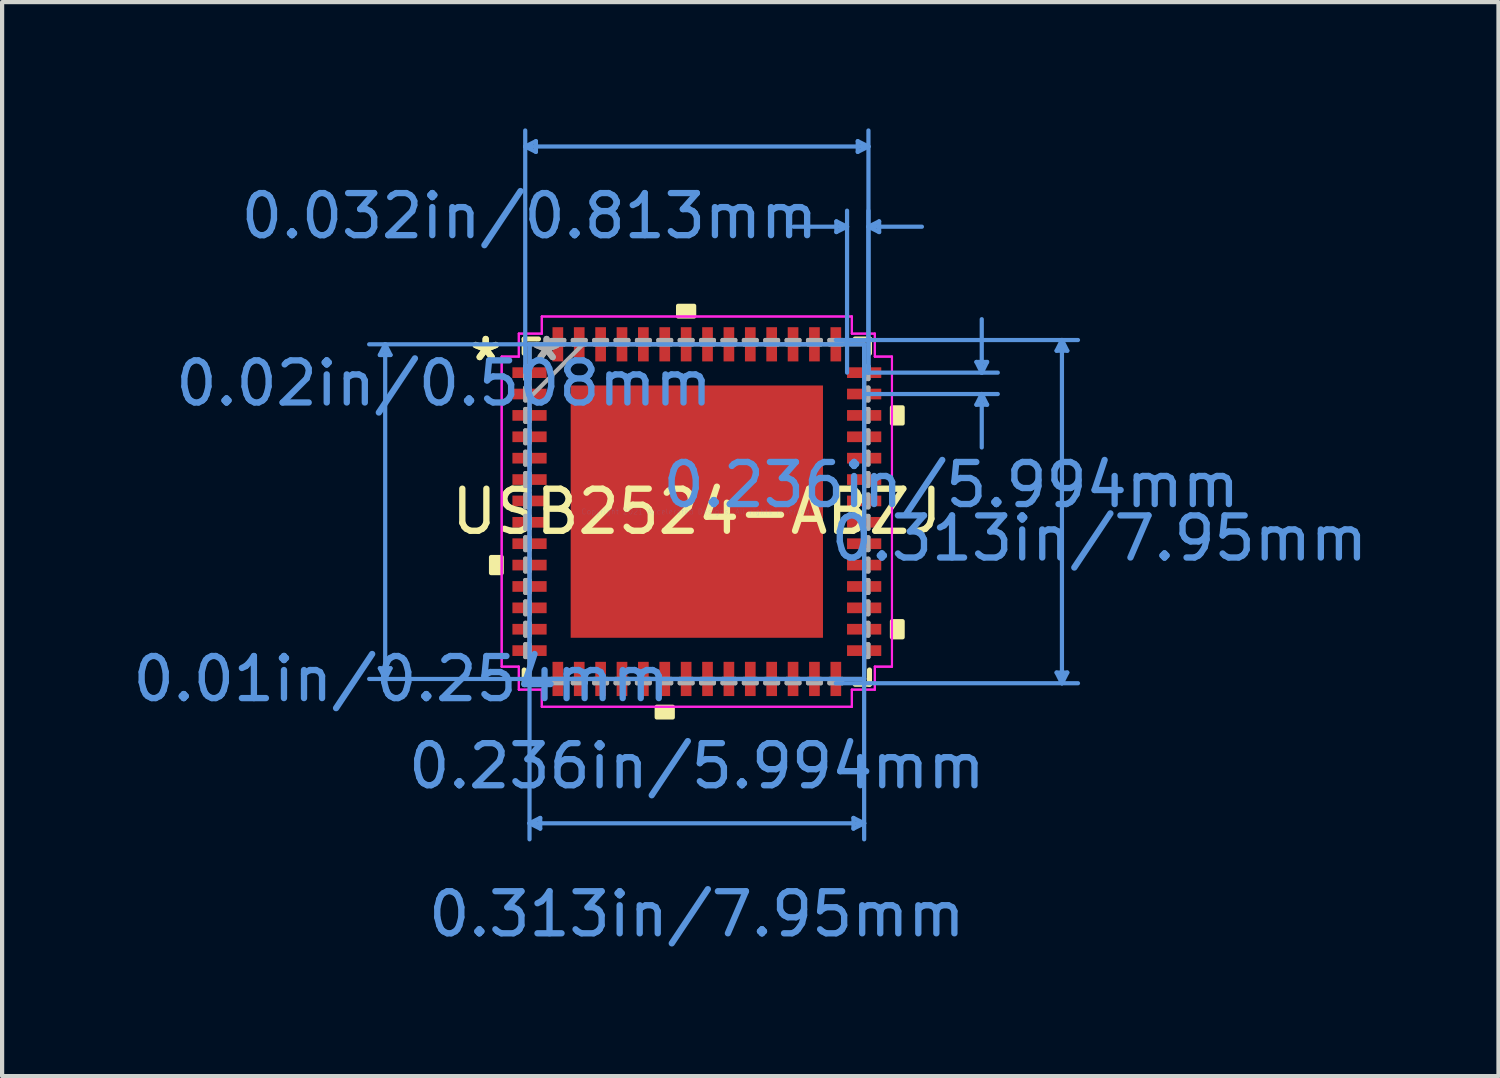
<source format=kicad_pcb>
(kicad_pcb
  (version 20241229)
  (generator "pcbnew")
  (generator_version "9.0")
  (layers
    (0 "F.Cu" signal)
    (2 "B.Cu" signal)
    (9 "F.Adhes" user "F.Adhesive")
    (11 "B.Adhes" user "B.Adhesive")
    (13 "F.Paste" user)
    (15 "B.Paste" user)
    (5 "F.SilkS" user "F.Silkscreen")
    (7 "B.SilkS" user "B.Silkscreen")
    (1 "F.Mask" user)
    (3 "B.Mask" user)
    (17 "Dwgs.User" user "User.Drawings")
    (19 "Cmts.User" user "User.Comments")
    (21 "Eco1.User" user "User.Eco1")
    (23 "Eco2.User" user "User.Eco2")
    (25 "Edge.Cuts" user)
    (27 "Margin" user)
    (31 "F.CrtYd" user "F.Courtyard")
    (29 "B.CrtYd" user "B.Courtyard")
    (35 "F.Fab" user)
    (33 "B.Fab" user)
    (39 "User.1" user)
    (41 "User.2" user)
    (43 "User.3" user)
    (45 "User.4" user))
  (footprint "USB2524-ABZJ"
    (layer "F.Cu")
    (at 13.505 9.105)
    (property "Reference" "USB2524-ABZJ" (at 0 0 0) (layer "F.SilkS") (effects (font (size 1 1) (thickness 0.15))))
    (attr through_hole)
    (fp_line (start -4.102 -4.102) (end -4.102 -3.762) (stroke (width 0.12) (type solid)) (layer "F.SilkS"))
    (fp_line (start -4.102 3.762) (end -4.102 4.102) (stroke (width 0.12) (type solid)) (layer "F.SilkS"))
    (fp_line (start -4.102 4.102) (end -3.762 4.102) (stroke (width 0.12) (type solid)) (layer "F.SilkS"))
    (fp_line (start -3.762 -4.102) (end -4.102 -4.102) (stroke (width 0.12) (type solid)) (layer "F.SilkS"))
    (fp_line (start 3.762 4.102) (end 4.102 4.102) (stroke (width 0.12) (type solid)) (layer "F.SilkS"))
    (fp_line (start 4.102 -4.102) (end 3.762 -4.102) (stroke (width 0.12) (type solid)) (layer "F.SilkS"))
    (fp_line (start 4.102 -3.762) (end 4.102 -4.102) (stroke (width 0.12) (type solid)) (layer "F.SilkS"))
    (fp_line (start 4.102 4.102) (end 4.102 3.762) (stroke (width 0.12) (type solid)) (layer "F.SilkS"))
    (fp_poly (pts (xy -4.889 1.079) (xy -4.889 1.46) (xy -4.636 1.46) (xy -4.636 1.079)) (stroke (width 0.1) (type solid)) (fill yes) (layer "F.SilkS"))
    (fp_poly (pts (xy -0.953 4.636) (xy -0.953 4.889) (xy -0.572 4.889) (xy -0.572 4.636)) (stroke (width 0.1) (type solid)) (fill yes) (layer "F.SilkS"))
    (fp_poly (pts (xy -0.445 -4.636) (xy -0.445 -4.889) (xy -0.064 -4.889) (xy -0.064 -4.636)) (stroke (width 0.1) (type solid)) (fill yes) (layer "F.SilkS"))
    (fp_poly (pts (xy 4.889 -2.477) (xy 4.889 -2.095) (xy 4.636 -2.095) (xy 4.636 -2.477)) (stroke (width 0.1) (type solid)) (fill yes) (layer "F.SilkS"))
    (fp_poly (pts (xy 4.889 2.603) (xy 4.889 2.985) (xy 4.636 2.985) (xy 4.636 2.603)) (stroke (width 0.1) (type solid)) (fill yes) (layer "F.SilkS"))
    (fp_poly (pts (xy -2.897 -2.897) (xy -2.897 -1.599) (xy -1.599 -1.599) (xy -1.599 -2.897)) (stroke (width 0.1) (type solid)) (fill yes) (layer "F.Paste"))
    (fp_poly (pts (xy -2.897 -1.399) (xy -2.897 -0.1) (xy -1.599 -0.1) (xy -1.599 -1.399)) (stroke (width 0.1) (type solid)) (fill yes) (layer "F.Paste"))
    (fp_poly (pts (xy -2.897 0.1) (xy -2.897 1.399) (xy -1.599 1.399) (xy -1.599 0.1)) (stroke (width 0.1) (type solid)) (fill yes) (layer "F.Paste"))
    (fp_poly (pts (xy -2.897 1.599) (xy -2.897 2.897) (xy -1.599 2.897) (xy -1.599 1.599)) (stroke (width 0.1) (type solid)) (fill yes) (layer "F.Paste"))
    (fp_poly (pts (xy -1.399 -2.897) (xy -1.399 -1.599) (xy -0.1 -1.599) (xy -0.1 -2.897)) (stroke (width 0.1) (type solid)) (fill yes) (layer "F.Paste"))
    (fp_poly (pts (xy -1.399 -1.399) (xy -1.399 -0.1) (xy -0.1 -0.1) (xy -0.1 -1.399)) (stroke (width 0.1) (type solid)) (fill yes) (layer "F.Paste"))
    (fp_poly (pts (xy -1.399 0.1) (xy -1.399 1.399) (xy -0.1 1.399) (xy -0.1 0.1)) (stroke (width 0.1) (type solid)) (fill yes) (layer "F.Paste"))
    (fp_poly (pts (xy -1.399 1.599) (xy -1.399 2.897) (xy -0.1 2.897) (xy -0.1 1.599)) (stroke (width 0.1) (type solid)) (fill yes) (layer "F.Paste"))
    (fp_poly (pts (xy 0.1 -2.897) (xy 0.1 -1.599) (xy 1.399 -1.599) (xy 1.399 -2.897)) (stroke (width 0.1) (type solid)) (fill yes) (layer "F.Paste"))
    (fp_poly (pts (xy 0.1 -1.399) (xy 0.1 -0.1) (xy 1.399 -0.1) (xy 1.399 -1.399)) (stroke (width 0.1) (type solid)) (fill yes) (layer "F.Paste"))
    (fp_poly (pts (xy 0.1 0.1) (xy 0.1 1.399) (xy 1.399 1.399) (xy 1.399 0.1)) (stroke (width 0.1) (type solid)) (fill yes) (layer "F.Paste"))
    (fp_poly (pts (xy 0.1 1.599) (xy 0.1 2.897) (xy 1.399 2.897) (xy 1.399 1.599)) (stroke (width 0.1) (type solid)) (fill yes) (layer "F.Paste"))
    (fp_poly (pts (xy 1.599 -2.897) (xy 1.599 -1.599) (xy 2.897 -1.599) (xy 2.897 -2.897)) (stroke (width 0.1) (type solid)) (fill yes) (layer "F.Paste"))
    (fp_poly (pts (xy 1.599 -1.399) (xy 1.599 -0.1) (xy 2.897 -0.1) (xy 2.897 -1.399)) (stroke (width 0.1) (type solid)) (fill yes) (layer "F.Paste"))
    (fp_poly (pts (xy 1.599 0.1) (xy 1.599 1.399) (xy 2.897 1.399) (xy 2.897 0.1)) (stroke (width 0.1) (type solid)) (fill yes) (layer "F.Paste"))
    (fp_poly (pts (xy 1.599 1.599) (xy 1.599 2.897) (xy 2.897 2.897) (xy 2.897 1.599)) (stroke (width 0.1) (type solid)) (fill yes) (layer "F.Paste"))
    (fp_line (start -7.531 -3.721) (end -7.277 -3.721) (stroke (width 0.1) (type solid)) (layer "Cmts.User"))
    (fp_line (start -7.531 3.721) (end -7.277 3.721) (stroke (width 0.1) (type solid)) (layer "Cmts.User"))
    (fp_line (start -7.404 -3.975) (end -7.531 -3.721) (stroke (width 0.1) (type solid)) (layer "Cmts.User"))
    (fp_line (start -7.404 -3.975) (end -7.404 3.975) (stroke (width 0.1) (type solid)) (layer "Cmts.User"))
    (fp_line (start -7.404 -3.975) (end -7.277 -3.721) (stroke (width 0.1) (type solid)) (layer "Cmts.User"))
    (fp_line (start -7.404 3.975) (end -7.531 3.721) (stroke (width 0.1) (type solid)) (layer "Cmts.User"))
    (fp_line (start -7.404 3.975) (end -7.277 3.721) (stroke (width 0.1) (type solid)) (layer "Cmts.User"))
    (fp_line (start -4.077 -8.674) (end -3.823 -8.801) (stroke (width 0.1) (type solid)) (layer "Cmts.User"))
    (fp_line (start -4.077 -8.674) (end -3.823 -8.547) (stroke (width 0.1) (type solid)) (layer "Cmts.User"))
    (fp_line (start -4.077 -8.674) (end 4.077 -8.674) (stroke (width 0.1) (type solid)) (layer "Cmts.User"))
    (fp_line (start -4.077 -3.302) (end -4.077 -9.055) (stroke (width 0.1) (type solid)) (layer "Cmts.User"))
    (fp_line (start -3.975 -3.975) (end -3.975 7.785) (stroke (width 0.1) (type solid)) (layer "Cmts.User"))
    (fp_line (start -3.975 7.404) (end -3.721 7.277) (stroke (width 0.1) (type solid)) (layer "Cmts.User"))
    (fp_line (start -3.975 7.404) (end -3.721 7.531) (stroke (width 0.1) (type solid)) (layer "Cmts.User"))
    (fp_line (start -3.975 7.404) (end 3.975 7.404) (stroke (width 0.1) (type solid)) (layer "Cmts.User"))
    (fp_line (start -3.823 -8.801) (end -3.823 -8.547) (stroke (width 0.1) (type solid)) (layer "Cmts.User"))
    (fp_line (start -3.721 7.277) (end -3.721 7.531) (stroke (width 0.1) (type solid)) (layer "Cmts.User"))
    (fp_line (start 3.302 -4.077) (end 9.055 -4.077) (stroke (width 0.1) (type solid)) (layer "Cmts.User"))
    (fp_line (start 3.302 4.077) (end 9.055 4.077) (stroke (width 0.1) (type solid)) (layer "Cmts.User"))
    (fp_line (start 3.315 -6.896) (end 3.315 -6.642) (stroke (width 0.1) (type solid)) (layer "Cmts.User"))
    (fp_line (start 3.569 -6.769) (end 2.299 -6.769) (stroke (width 0.1) (type solid)) (layer "Cmts.User"))
    (fp_line (start 3.569 -6.769) (end 3.315 -6.896) (stroke (width 0.1) (type solid)) (layer "Cmts.User"))
    (fp_line (start 3.569 -6.769) (end 3.315 -6.642) (stroke (width 0.1) (type solid)) (layer "Cmts.User"))
    (fp_line (start 3.569 -3.302) (end 3.569 -7.15) (stroke (width 0.1) (type solid)) (layer "Cmts.User"))
    (fp_line (start 3.721 7.277) (end 3.721 7.531) (stroke (width 0.1) (type solid)) (layer "Cmts.User"))
    (fp_line (start 3.823 -8.801) (end 3.823 -8.547) (stroke (width 0.1) (type solid)) (layer "Cmts.User"))
    (fp_line (start 3.975 -3.975) (end -7.785 -3.975) (stroke (width 0.1) (type solid)) (layer "Cmts.User"))
    (fp_line (start 3.975 -3.975) (end 3.975 7.785) (stroke (width 0.1) (type solid)) (layer "Cmts.User"))
    (fp_line (start 3.975 -3.302) (end 7.15 -3.302) (stroke (width 0.1) (type solid)) (layer "Cmts.User"))
    (fp_line (start 3.975 -2.794) (end 7.15 -2.794) (stroke (width 0.1) (type solid)) (layer "Cmts.User"))
    (fp_line (start 3.975 3.975) (end -7.785 3.975) (stroke (width 0.1) (type solid)) (layer "Cmts.User"))
    (fp_line (start 3.975 7.404) (end 3.721 7.277) (stroke (width 0.1) (type solid)) (layer "Cmts.User"))
    (fp_line (start 3.975 7.404) (end 3.721 7.531) (stroke (width 0.1) (type solid)) (layer "Cmts.User"))
    (fp_line (start 4.077 -8.674) (end 3.823 -8.801) (stroke (width 0.1) (type solid)) (layer "Cmts.User"))
    (fp_line (start 4.077 -8.674) (end 3.823 -8.547) (stroke (width 0.1) (type solid)) (layer "Cmts.User"))
    (fp_line (start 4.077 -6.769) (end 4.331 -6.896) (stroke (width 0.1) (type solid)) (layer "Cmts.User"))
    (fp_line (start 4.077 -6.769) (end 4.331 -6.642) (stroke (width 0.1) (type solid)) (layer "Cmts.User"))
    (fp_line (start 4.077 -6.769) (end 5.347 -6.769) (stroke (width 0.1) (type solid)) (layer "Cmts.User"))
    (fp_line (start 4.077 -3.302) (end 4.077 -9.055) (stroke (width 0.1) (type solid)) (layer "Cmts.User"))
    (fp_line (start 4.077 -3.302) (end 4.077 -7.15) (stroke (width 0.1) (type solid)) (layer "Cmts.User"))
    (fp_line (start 4.331 -6.896) (end 4.331 -6.642) (stroke (width 0.1) (type solid)) (layer "Cmts.User"))
    (fp_line (start 6.642 -3.556) (end 6.896 -3.556) (stroke (width 0.1) (type solid)) (layer "Cmts.User"))
    (fp_line (start 6.642 -2.54) (end 6.896 -2.54) (stroke (width 0.1) (type solid)) (layer "Cmts.User"))
    (fp_line (start 6.769 -3.302) (end 6.642 -3.556) (stroke (width 0.1) (type solid)) (layer "Cmts.User"))
    (fp_line (start 6.769 -3.302) (end 6.769 -4.572) (stroke (width 0.1) (type solid)) (layer "Cmts.User"))
    (fp_line (start 6.769 -3.302) (end 6.896 -3.556) (stroke (width 0.1) (type solid)) (layer "Cmts.User"))
    (fp_line (start 6.769 -2.794) (end 6.642 -2.54) (stroke (width 0.1) (type solid)) (layer "Cmts.User"))
    (fp_line (start 6.769 -2.794) (end 6.769 -1.524) (stroke (width 0.1) (type solid)) (layer "Cmts.User"))
    (fp_line (start 6.769 -2.794) (end 6.896 -2.54) (stroke (width 0.1) (type solid)) (layer "Cmts.User"))
    (fp_line (start 8.547 -3.823) (end 8.801 -3.823) (stroke (width 0.1) (type solid)) (layer "Cmts.User"))
    (fp_line (start 8.547 3.823) (end 8.801 3.823) (stroke (width 0.1) (type solid)) (layer "Cmts.User"))
    (fp_line (start 8.674 -4.077) (end 8.547 -3.823) (stroke (width 0.1) (type solid)) (layer "Cmts.User"))
    (fp_line (start 8.674 -4.077) (end 8.674 4.077) (stroke (width 0.1) (type solid)) (layer "Cmts.User"))
    (fp_line (start 8.674 -4.077) (end 8.801 -3.823) (stroke (width 0.1) (type solid)) (layer "Cmts.User"))
    (fp_line (start 8.674 4.077) (end 8.547 3.823) (stroke (width 0.1) (type solid)) (layer "Cmts.User"))
    (fp_line (start 8.674 4.077) (end 8.801 3.823) (stroke (width 0.1) (type solid)) (layer "Cmts.User"))
    (fp_line (start -4.636 -3.683) (end -4.229 -3.683) (stroke (width 0.05) (type solid)) (layer "F.CrtYd"))
    (fp_line (start -4.636 -3.683) (end -4.229 -3.683) (stroke (width 0.05) (type solid)) (layer "F.CrtYd"))
    (fp_line (start -4.636 3.683) (end -4.636 -3.683) (stroke (width 0.05) (type solid)) (layer "F.CrtYd"))
    (fp_line (start -4.636 3.683) (end -4.636 -3.683) (stroke (width 0.05) (type solid)) (layer "F.CrtYd"))
    (fp_line (start -4.229 -4.229) (end -3.683 -4.229) (stroke (width 0.05) (type solid)) (layer "F.CrtYd"))
    (fp_line (start -4.229 -4.229) (end -3.683 -4.229) (stroke (width 0.05) (type solid)) (layer "F.CrtYd"))
    (fp_line (start -4.229 -3.683) (end -4.229 -4.229) (stroke (width 0.05) (type solid)) (layer "F.CrtYd"))
    (fp_line (start -4.229 -3.683) (end -4.229 -4.229) (stroke (width 0.05) (type solid)) (layer "F.CrtYd"))
    (fp_line (start -4.229 3.683) (end -4.636 3.683) (stroke (width 0.05) (type solid)) (layer "F.CrtYd"))
    (fp_line (start -4.229 3.683) (end -4.636 3.683) (stroke (width 0.05) (type solid)) (layer "F.CrtYd"))
    (fp_line (start -4.229 4.229) (end -4.229 3.683) (stroke (width 0.05) (type solid)) (layer "F.CrtYd"))
    (fp_line (start -4.229 4.229) (end -4.229 3.683) (stroke (width 0.05) (type solid)) (layer "F.CrtYd"))
    (fp_line (start -3.683 -4.636) (end 3.683 -4.636) (stroke (width 0.05) (type solid)) (layer "F.CrtYd"))
    (fp_line (start -3.683 -4.636) (end 3.683 -4.636) (stroke (width 0.05) (type solid)) (layer "F.CrtYd"))
    (fp_line (start -3.683 -4.229) (end -3.683 -4.636) (stroke (width 0.05) (type solid)) (layer "F.CrtYd"))
    (fp_line (start -3.683 -4.229) (end -3.683 -4.636) (stroke (width 0.05) (type solid)) (layer "F.CrtYd"))
    (fp_line (start -3.683 4.229) (end -4.229 4.229) (stroke (width 0.05) (type solid)) (layer "F.CrtYd"))
    (fp_line (start -3.683 4.229) (end -4.229 4.229) (stroke (width 0.05) (type solid)) (layer "F.CrtYd"))
    (fp_line (start -3.683 4.636) (end -3.683 4.229) (stroke (width 0.05) (type solid)) (layer "F.CrtYd"))
    (fp_line (start -3.683 4.636) (end -3.683 4.229) (stroke (width 0.05) (type solid)) (layer "F.CrtYd"))
    (fp_line (start 3.683 -4.636) (end 3.683 -4.229) (stroke (width 0.05) (type solid)) (layer "F.CrtYd"))
    (fp_line (start 3.683 -4.636) (end 3.683 -4.229) (stroke (width 0.05) (type solid)) (layer "F.CrtYd"))
    (fp_line (start 3.683 -4.229) (end 4.229 -4.229) (stroke (width 0.05) (type solid)) (layer "F.CrtYd"))
    (fp_line (start 3.683 -4.229) (end 4.229 -4.229) (stroke (width 0.05) (type solid)) (layer "F.CrtYd"))
    (fp_line (start 3.683 4.229) (end 3.683 4.636) (stroke (width 0.05) (type solid)) (layer "F.CrtYd"))
    (fp_line (start 3.683 4.229) (end 3.683 4.636) (stroke (width 0.05) (type solid)) (layer "F.CrtYd"))
    (fp_line (start 3.683 4.636) (end -3.683 4.636) (stroke (width 0.05) (type solid)) (layer "F.CrtYd"))
    (fp_line (start 3.683 4.636) (end -3.683 4.636) (stroke (width 0.05) (type solid)) (layer "F.CrtYd"))
    (fp_line (start 4.229 -4.229) (end 4.229 -3.683) (stroke (width 0.05) (type solid)) (layer "F.CrtYd"))
    (fp_line (start 4.229 -4.229) (end 4.229 -3.683) (stroke (width 0.05) (type solid)) (layer "F.CrtYd"))
    (fp_line (start 4.229 -3.683) (end 4.636 -3.683) (stroke (width 0.05) (type solid)) (layer "F.CrtYd"))
    (fp_line (start 4.229 -3.683) (end 4.636 -3.683) (stroke (width 0.05) (type solid)) (layer "F.CrtYd"))
    (fp_line (start 4.229 3.683) (end 4.229 4.229) (stroke (width 0.05) (type solid)) (layer "F.CrtYd"))
    (fp_line (start 4.229 3.683) (end 4.229 4.229) (stroke (width 0.05) (type solid)) (layer "F.CrtYd"))
    (fp_line (start 4.229 4.229) (end 3.683 4.229) (stroke (width 0.05) (type solid)) (layer "F.CrtYd"))
    (fp_line (start 4.229 4.229) (end 3.683 4.229) (stroke (width 0.05) (type solid)) (layer "F.CrtYd"))
    (fp_line (start 4.636 -3.683) (end 4.636 3.683) (stroke (width 0.05) (type solid)) (layer "F.CrtYd"))
    (fp_line (start 4.636 -3.683) (end 4.636 3.683) (stroke (width 0.05) (type solid)) (layer "F.CrtYd"))
    (fp_line (start 4.636 3.683) (end 4.229 3.683) (stroke (width 0.05) (type solid)) (layer "F.CrtYd"))
    (fp_line (start 4.636 3.683) (end 4.229 3.683) (stroke (width 0.05) (type solid)) (layer "F.CrtYd"))
    (fp_line (start -4.077 -3.454) (end -4.077 -3.15) (stroke (width 0.1) (type solid)) (layer "F.Fab"))
    (fp_line (start -4.077 -3.15) (end -3.975 -3.15) (stroke (width 0.1) (type solid)) (layer "F.Fab"))
    (fp_line (start -4.077 -2.946) (end -4.077 -2.642) (stroke (width 0.1) (type solid)) (layer "F.Fab"))
    (fp_line (start -4.077 -2.642) (end -3.975 -2.642) (stroke (width 0.1) (type solid)) (layer "F.Fab"))
    (fp_line (start -4.077 -2.438) (end -4.077 -2.134) (stroke (width 0.1) (type solid)) (layer "F.Fab"))
    (fp_line (start -4.077 -2.134) (end -3.975 -2.134) (stroke (width 0.1) (type solid)) (layer "F.Fab"))
    (fp_line (start -4.077 -1.93) (end -4.077 -1.626) (stroke (width 0.1) (type solid)) (layer "F.Fab"))
    (fp_line (start -4.077 -1.626) (end -3.975 -1.626) (stroke (width 0.1) (type solid)) (layer "F.Fab"))
    (fp_line (start -4.077 -1.422) (end -4.077 -1.118) (stroke (width 0.1) (type solid)) (layer "F.Fab"))
    (fp_line (start -4.077 -1.118) (end -3.975 -1.118) (stroke (width 0.1) (type solid)) (layer "F.Fab"))
    (fp_line (start -4.077 -0.914) (end -4.077 -0.61) (stroke (width 0.1) (type solid)) (layer "F.Fab"))
    (fp_line (start -4.077 -0.61) (end -3.975 -0.61) (stroke (width 0.1) (type solid)) (layer "F.Fab"))
    (fp_line (start -4.077 -0.406) (end -4.077 -0.102) (stroke (width 0.1) (type solid)) (layer "F.Fab"))
    (fp_line (start -4.077 -0.102) (end -3.975 -0.102) (stroke (width 0.1) (type solid)) (layer "F.Fab"))
    (fp_line (start -4.077 0.102) (end -4.077 0.406) (stroke (width 0.1) (type solid)) (layer "F.Fab"))
    (fp_line (start -4.077 0.406) (end -3.975 0.406) (stroke (width 0.1) (type solid)) (layer "F.Fab"))
    (fp_line (start -4.077 0.61) (end -4.077 0.914) (stroke (width 0.1) (type solid)) (layer "F.Fab"))
    (fp_line (start -4.077 0.914) (end -3.975 0.914) (stroke (width 0.1) (type solid)) (layer "F.Fab"))
    (fp_line (start -4.077 1.118) (end -4.077 1.422) (stroke (width 0.1) (type solid)) (layer "F.Fab"))
    (fp_line (start -4.077 1.422) (end -3.975 1.422) (stroke (width 0.1) (type solid)) (layer "F.Fab"))
    (fp_line (start -4.077 1.626) (end -4.077 1.93) (stroke (width 0.1) (type solid)) (layer "F.Fab"))
    (fp_line (start -4.077 1.93) (end -3.975 1.93) (stroke (width 0.1) (type solid)) (layer "F.Fab"))
    (fp_line (start -4.077 2.134) (end -4.077 2.438) (stroke (width 0.1) (type solid)) (layer "F.Fab"))
    (fp_line (start -4.077 2.438) (end -3.975 2.438) (stroke (width 0.1) (type solid)) (layer "F.Fab"))
    (fp_line (start -4.077 2.642) (end -4.077 2.946) (stroke (width 0.1) (type solid)) (layer "F.Fab"))
    (fp_line (start -4.077 2.946) (end -3.975 2.946) (stroke (width 0.1) (type solid)) (layer "F.Fab"))
    (fp_line (start -4.077 3.15) (end -4.077 3.454) (stroke (width 0.1) (type solid)) (layer "F.Fab"))
    (fp_line (start -4.077 3.454) (end -3.975 3.454) (stroke (width 0.1) (type solid)) (layer "F.Fab"))
    (fp_line (start -3.975 -3.975) (end -3.975 -3.975) (stroke (width 0.1) (type solid)) (layer "F.Fab"))
    (fp_line (start -3.975 -3.975) (end -3.975 3.975) (stroke (width 0.1) (type solid)) (layer "F.Fab"))
    (fp_line (start -3.975 -3.454) (end -4.077 -3.454) (stroke (width 0.1) (type solid)) (layer "F.Fab"))
    (fp_line (start -3.975 -3.15) (end -3.975 -3.454) (stroke (width 0.1) (type solid)) (layer "F.Fab"))
    (fp_line (start -3.975 -2.946) (end -4.077 -2.946) (stroke (width 0.1) (type solid)) (layer "F.Fab"))
    (fp_line (start -3.975 -2.705) (end -2.705 -3.975) (stroke (width 0.1) (type solid)) (layer "F.Fab"))
    (fp_line (start -3.975 -2.642) (end -3.975 -2.946) (stroke (width 0.1) (type solid)) (layer "F.Fab"))
    (fp_line (start -3.975 -2.438) (end -4.077 -2.438) (stroke (width 0.1) (type solid)) (layer "F.Fab"))
    (fp_line (start -3.975 -2.134) (end -3.975 -2.438) (stroke (width 0.1) (type solid)) (layer "F.Fab"))
    (fp_line (start -3.975 -1.93) (end -4.077 -1.93) (stroke (width 0.1) (type solid)) (layer "F.Fab"))
    (fp_line (start -3.975 -1.626) (end -3.975 -1.93) (stroke (width 0.1) (type solid)) (layer "F.Fab"))
    (fp_line (start -3.975 -1.422) (end -4.077 -1.422) (stroke (width 0.1) (type solid)) (layer "F.Fab"))
    (fp_line (start -3.975 -1.118) (end -3.975 -1.422) (stroke (width 0.1) (type solid)) (layer "F.Fab"))
    (fp_line (start -3.975 -0.914) (end -4.077 -0.914) (stroke (width 0.1) (type solid)) (layer "F.Fab"))
    (fp_line (start -3.975 -0.61) (end -3.975 -0.914) (stroke (width 0.1) (type solid)) (layer "F.Fab"))
    (fp_line (start -3.975 -0.406) (end -4.077 -0.406) (stroke (width 0.1) (type solid)) (layer "F.Fab"))
    (fp_line (start -3.975 -0.102) (end -3.975 -0.406) (stroke (width 0.1) (type solid)) (layer "F.Fab"))
    (fp_line (start -3.975 0.102) (end -4.077 0.102) (stroke (width 0.1) (type solid)) (layer "F.Fab"))
    (fp_line (start -3.975 0.406) (end -3.975 0.102) (stroke (width 0.1) (type solid)) (layer "F.Fab"))
    (fp_line (start -3.975 0.61) (end -4.077 0.61) (stroke (width 0.1) (type solid)) (layer "F.Fab"))
    (fp_line (start -3.975 0.914) (end -3.975 0.61) (stroke (width 0.1) (type solid)) (layer "F.Fab"))
    (fp_line (start -3.975 1.118) (end -4.077 1.118) (stroke (width 0.1) (type solid)) (layer "F.Fab"))
    (fp_line (start -3.975 1.422) (end -3.975 1.118) (stroke (width 0.1) (type solid)) (layer "F.Fab"))
    (fp_line (start -3.975 1.626) (end -4.077 1.626) (stroke (width 0.1) (type solid)) (layer "F.Fab"))
    (fp_line (start -3.975 1.93) (end -3.975 1.626) (stroke (width 0.1) (type solid)) (layer "F.Fab"))
    (fp_line (start -3.975 2.134) (end -4.077 2.134) (stroke (width 0.1) (type solid)) (layer "F.Fab"))
    (fp_line (start -3.975 2.438) (end -3.975 2.134) (stroke (width 0.1) (type solid)) (layer "F.Fab"))
    (fp_line (start -3.975 2.642) (end -4.077 2.642) (stroke (width 0.1) (type solid)) (layer "F.Fab"))
    (fp_line (start -3.975 2.946) (end -3.975 2.642) (stroke (width 0.1) (type solid)) (layer "F.Fab"))
    (fp_line (start -3.975 3.15) (end -4.077 3.15) (stroke (width 0.1) (type solid)) (layer "F.Fab"))
    (fp_line (start -3.975 3.454) (end -3.975 3.15) (stroke (width 0.1) (type solid)) (layer "F.Fab"))
    (fp_line (start -3.975 3.975) (end -3.975 3.975) (stroke (width 0.1) (type solid)) (layer "F.Fab"))
    (fp_line (start -3.975 3.975) (end 3.975 3.975) (stroke (width 0.1) (type solid)) (layer "F.Fab"))
    (fp_line (start -3.454 -4.077) (end -3.454 -3.975) (stroke (width 0.1) (type solid)) (layer "F.Fab"))
    (fp_line (start -3.454 -3.975) (end -3.15 -3.975) (stroke (width 0.1) (type solid)) (layer "F.Fab"))
    (fp_line (start -3.454 3.975) (end -3.454 4.077) (stroke (width 0.1) (type solid)) (layer "F.Fab"))
    (fp_line (start -3.454 4.077) (end -3.15 4.077) (stroke (width 0.1) (type solid)) (layer "F.Fab"))
    (fp_line (start -3.15 -4.077) (end -3.454 -4.077) (stroke (width 0.1) (type solid)) (layer "F.Fab"))
    (fp_line (start -3.15 -3.975) (end -3.15 -4.077) (stroke (width 0.1) (type solid)) (layer "F.Fab"))
    (fp_line (start -3.15 3.975) (end -3.454 3.975) (stroke (width 0.1) (type solid)) (layer "F.Fab"))
    (fp_line (start -3.15 4.077) (end -3.15 3.975) (stroke (width 0.1) (type solid)) (layer "F.Fab"))
    (fp_line (start -2.946 -4.077) (end -2.946 -3.975) (stroke (width 0.1) (type solid)) (layer "F.Fab"))
    (fp_line (start -2.946 -3.975) (end -2.642 -3.975) (stroke (width 0.1) (type solid)) (layer "F.Fab"))
    (fp_line (start -2.946 3.975) (end -2.946 4.077) (stroke (width 0.1) (type solid)) (layer "F.Fab"))
    (fp_line (start -2.946 4.077) (end -2.642 4.077) (stroke (width 0.1) (type solid)) (layer "F.Fab"))
    (fp_line (start -2.642 -4.077) (end -2.946 -4.077) (stroke (width 0.1) (type solid)) (layer "F.Fab"))
    (fp_line (start -2.642 -3.975) (end -2.642 -4.077) (stroke (width 0.1) (type solid)) (layer "F.Fab"))
    (fp_line (start -2.642 3.975) (end -2.946 3.975) (stroke (width 0.1) (type solid)) (layer "F.Fab"))
    (fp_line (start -2.642 4.077) (end -2.642 3.975) (stroke (width 0.1) (type solid)) (layer "F.Fab"))
    (fp_line (start -2.438 -4.077) (end -2.438 -3.975) (stroke (width 0.1) (type solid)) (layer "F.Fab"))
    (fp_line (start -2.438 -3.975) (end -2.134 -3.975) (stroke (width 0.1) (type solid)) (layer "F.Fab"))
    (fp_line (start -2.438 3.975) (end -2.438 4.077) (stroke (width 0.1) (type solid)) (layer "F.Fab"))
    (fp_line (start -2.438 4.077) (end -2.134 4.077) (stroke (width 0.1) (type solid)) (layer "F.Fab"))
    (fp_line (start -2.134 -4.077) (end -2.438 -4.077) (stroke (width 0.1) (type solid)) (layer "F.Fab"))
    (fp_line (start -2.134 -3.975) (end -2.134 -4.077) (stroke (width 0.1) (type solid)) (layer "F.Fab"))
    (fp_line (start -2.134 3.975) (end -2.438 3.975) (stroke (width 0.1) (type solid)) (layer "F.Fab"))
    (fp_line (start -2.134 4.077) (end -2.134 3.975) (stroke (width 0.1) (type solid)) (layer "F.Fab"))
    (fp_line (start -1.93 -4.077) (end -1.93 -3.975) (stroke (width 0.1) (type solid)) (layer "F.Fab"))
    (fp_line (start -1.93 -3.975) (end -1.626 -3.975) (stroke (width 0.1) (type solid)) (layer "F.Fab"))
    (fp_line (start -1.93 3.975) (end -1.93 4.077) (stroke (width 0.1) (type solid)) (layer "F.Fab"))
    (fp_line (start -1.93 4.077) (end -1.626 4.077) (stroke (width 0.1) (type solid)) (layer "F.Fab"))
    (fp_line (start -1.626 -4.077) (end -1.93 -4.077) (stroke (width 0.1) (type solid)) (layer "F.Fab"))
    (fp_line (start -1.626 -3.975) (end -1.626 -4.077) (stroke (width 0.1) (type solid)) (layer "F.Fab"))
    (fp_line (start -1.626 3.975) (end -1.93 3.975) (stroke (width 0.1) (type solid)) (layer "F.Fab"))
    (fp_line (start -1.626 4.077) (end -1.626 3.975) (stroke (width 0.1) (type solid)) (layer "F.Fab"))
    (fp_line (start -1.422 -4.077) (end -1.422 -3.975) (stroke (width 0.1) (type solid)) (layer "F.Fab"))
    (fp_line (start -1.422 -3.975) (end -1.118 -3.975) (stroke (width 0.1) (type solid)) (layer "F.Fab"))
    (fp_line (start -1.422 3.975) (end -1.422 4.077) (stroke (width 0.1) (type solid)) (layer "F.Fab"))
    (fp_line (start -1.422 4.077) (end -1.118 4.077) (stroke (width 0.1) (type solid)) (layer "F.Fab"))
    (fp_line (start -1.118 -4.077) (end -1.422 -4.077) (stroke (width 0.1) (type solid)) (layer "F.Fab"))
    (fp_line (start -1.118 -3.975) (end -1.118 -4.077) (stroke (width 0.1) (type solid)) (layer "F.Fab"))
    (fp_line (start -1.118 3.975) (end -1.422 3.975) (stroke (width 0.1) (type solid)) (layer "F.Fab"))
    (fp_line (start -1.118 4.077) (end -1.118 3.975) (stroke (width 0.1) (type solid)) (layer "F.Fab"))
    (fp_line (start -0.914 -4.077) (end -0.914 -3.975) (stroke (width 0.1) (type solid)) (layer "F.Fab"))
    (fp_line (start -0.914 -3.975) (end -0.61 -3.975) (stroke (width 0.1) (type solid)) (layer "F.Fab"))
    (fp_line (start -0.914 3.975) (end -0.914 4.077) (stroke (width 0.1) (type solid)) (layer "F.Fab"))
    (fp_line (start -0.914 4.077) (end -0.61 4.077) (stroke (width 0.1) (type solid)) (layer "F.Fab"))
    (fp_line (start -0.61 -4.077) (end -0.914 -4.077) (stroke (width 0.1) (type solid)) (layer "F.Fab"))
    (fp_line (start -0.61 -3.975) (end -0.61 -4.077) (stroke (width 0.1) (type solid)) (layer "F.Fab"))
    (fp_line (start -0.61 3.975) (end -0.914 3.975) (stroke (width 0.1) (type solid)) (layer "F.Fab"))
    (fp_line (start -0.61 4.077) (end -0.61 3.975) (stroke (width 0.1) (type solid)) (layer "F.Fab"))
    (fp_line (start -0.406 -4.077) (end -0.406 -3.975) (stroke (width 0.1) (type solid)) (layer "F.Fab"))
    (fp_line (start -0.406 -3.975) (end -0.102 -3.975) (stroke (width 0.1) (type solid)) (layer "F.Fab"))
    (fp_line (start -0.406 3.975) (end -0.406 4.077) (stroke (width 0.1) (type solid)) (layer "F.Fab"))
    (fp_line (start -0.406 4.077) (end -0.102 4.077) (stroke (width 0.1) (type solid)) (layer "F.Fab"))
    (fp_line (start -0.102 -4.077) (end -0.406 -4.077) (stroke (width 0.1) (type solid)) (layer "F.Fab"))
    (fp_line (start -0.102 -3.975) (end -0.102 -4.077) (stroke (width 0.1) (type solid)) (layer "F.Fab"))
    (fp_line (start -0.102 3.975) (end -0.406 3.975) (stroke (width 0.1) (type solid)) (layer "F.Fab"))
    (fp_line (start -0.102 4.077) (end -0.102 3.975) (stroke (width 0.1) (type solid)) (layer "F.Fab"))
    (fp_line (start 0.102 -4.077) (end 0.102 -3.975) (stroke (width 0.1) (type solid)) (layer "F.Fab"))
    (fp_line (start 0.102 -3.975) (end 0.406 -3.975) (stroke (width 0.1) (type solid)) (layer "F.Fab"))
    (fp_line (start 0.102 3.975) (end 0.102 4.077) (stroke (width 0.1) (type solid)) (layer "F.Fab"))
    (fp_line (start 0.102 4.077) (end 0.406 4.077) (stroke (width 0.1) (type solid)) (layer "F.Fab"))
    (fp_line (start 0.406 -4.077) (end 0.102 -4.077) (stroke (width 0.1) (type solid)) (layer "F.Fab"))
    (fp_line (start 0.406 -3.975) (end 0.406 -4.077) (stroke (width 0.1) (type solid)) (layer "F.Fab"))
    (fp_line (start 0.406 3.975) (end 0.102 3.975) (stroke (width 0.1) (type solid)) (layer "F.Fab"))
    (fp_line (start 0.406 4.077) (end 0.406 3.975) (stroke (width 0.1) (type solid)) (layer "F.Fab"))
    (fp_line (start 0.61 -4.077) (end 0.61 -3.975) (stroke (width 0.1) (type solid)) (layer "F.Fab"))
    (fp_line (start 0.61 -3.975) (end 0.914 -3.975) (stroke (width 0.1) (type solid)) (layer "F.Fab"))
    (fp_line (start 0.61 3.975) (end 0.61 4.077) (stroke (width 0.1) (type solid)) (layer "F.Fab"))
    (fp_line (start 0.61 4.077) (end 0.914 4.077) (stroke (width 0.1) (type solid)) (layer "F.Fab"))
    (fp_line (start 0.914 -4.077) (end 0.61 -4.077) (stroke (width 0.1) (type solid)) (layer "F.Fab"))
    (fp_line (start 0.914 -3.975) (end 0.914 -4.077) (stroke (width 0.1) (type solid)) (layer "F.Fab"))
    (fp_line (start 0.914 3.975) (end 0.61 3.975) (stroke (width 0.1) (type solid)) (layer "F.Fab"))
    (fp_line (start 0.914 4.077) (end 0.914 3.975) (stroke (width 0.1) (type solid)) (layer "F.Fab"))
    (fp_line (start 1.118 -4.077) (end 1.118 -3.975) (stroke (width 0.1) (type solid)) (layer "F.Fab"))
    (fp_line (start 1.118 -3.975) (end 1.422 -3.975) (stroke (width 0.1) (type solid)) (layer "F.Fab"))
    (fp_line (start 1.118 3.975) (end 1.118 4.077) (stroke (width 0.1) (type solid)) (layer "F.Fab"))
    (fp_line (start 1.118 4.077) (end 1.422 4.077) (stroke (width 0.1) (type solid)) (layer "F.Fab"))
    (fp_line (start 1.422 -4.077) (end 1.118 -4.077) (stroke (width 0.1) (type solid)) (layer "F.Fab"))
    (fp_line (start 1.422 -3.975) (end 1.422 -4.077) (stroke (width 0.1) (type solid)) (layer "F.Fab"))
    (fp_line (start 1.422 3.975) (end 1.118 3.975) (stroke (width 0.1) (type solid)) (layer "F.Fab"))
    (fp_line (start 1.422 4.077) (end 1.422 3.975) (stroke (width 0.1) (type solid)) (layer "F.Fab"))
    (fp_line (start 1.626 -4.077) (end 1.626 -3.975) (stroke (width 0.1) (type solid)) (layer "F.Fab"))
    (fp_line (start 1.626 -3.975) (end 1.93 -3.975) (stroke (width 0.1) (type solid)) (layer "F.Fab"))
    (fp_line (start 1.626 3.975) (end 1.626 4.077) (stroke (width 0.1) (type solid)) (layer "F.Fab"))
    (fp_line (start 1.626 4.077) (end 1.93 4.077) (stroke (width 0.1) (type solid)) (layer "F.Fab"))
    (fp_line (start 1.93 -4.077) (end 1.626 -4.077) (stroke (width 0.1) (type solid)) (layer "F.Fab"))
    (fp_line (start 1.93 -3.975) (end 1.93 -4.077) (stroke (width 0.1) (type solid)) (layer "F.Fab"))
    (fp_line (start 1.93 3.975) (end 1.626 3.975) (stroke (width 0.1) (type solid)) (layer "F.Fab"))
    (fp_line (start 1.93 4.077) (end 1.93 3.975) (stroke (width 0.1) (type solid)) (layer "F.Fab"))
    (fp_line (start 2.134 -4.077) (end 2.134 -3.975) (stroke (width 0.1) (type solid)) (layer "F.Fab"))
    (fp_line (start 2.134 -3.975) (end 2.438 -3.975) (stroke (width 0.1) (type solid)) (layer "F.Fab"))
    (fp_line (start 2.134 3.975) (end 2.134 4.077) (stroke (width 0.1) (type solid)) (layer "F.Fab"))
    (fp_line (start 2.134 4.077) (end 2.438 4.077) (stroke (width 0.1) (type solid)) (layer "F.Fab"))
    (fp_line (start 2.438 -4.077) (end 2.134 -4.077) (stroke (width 0.1) (type solid)) (layer "F.Fab"))
    (fp_line (start 2.438 -3.975) (end 2.438 -4.077) (stroke (width 0.1) (type solid)) (layer "F.Fab"))
    (fp_line (start 2.438 3.975) (end 2.134 3.975) (stroke (width 0.1) (type solid)) (layer "F.Fab"))
    (fp_line (start 2.438 4.077) (end 2.438 3.975) (stroke (width 0.1) (type solid)) (layer "F.Fab"))
    (fp_line (start 2.642 -4.077) (end 2.642 -3.975) (stroke (width 0.1) (type solid)) (layer "F.Fab"))
    (fp_line (start 2.642 -3.975) (end 2.946 -3.975) (stroke (width 0.1) (type solid)) (layer "F.Fab"))
    (fp_line (start 2.642 3.975) (end 2.642 4.077) (stroke (width 0.1) (type solid)) (layer "F.Fab"))
    (fp_line (start 2.642 4.077) (end 2.946 4.077) (stroke (width 0.1) (type solid)) (layer "F.Fab"))
    (fp_line (start 2.946 -4.077) (end 2.642 -4.077) (stroke (width 0.1) (type solid)) (layer "F.Fab"))
    (fp_line (start 2.946 -3.975) (end 2.946 -4.077) (stroke (width 0.1) (type solid)) (layer "F.Fab"))
    (fp_line (start 2.946 3.975) (end 2.642 3.975) (stroke (width 0.1) (type solid)) (layer "F.Fab"))
    (fp_line (start 2.946 4.077) (end 2.946 3.975) (stroke (width 0.1) (type solid)) (layer "F.Fab"))
    (fp_line (start 3.15 -4.077) (end 3.15 -3.975) (stroke (width 0.1) (type solid)) (layer "F.Fab"))
    (fp_line (start 3.15 -3.975) (end 3.454 -3.975) (stroke (width 0.1) (type solid)) (layer "F.Fab"))
    (fp_line (start 3.15 3.975) (end 3.15 4.077) (stroke (width 0.1) (type solid)) (layer "F.Fab"))
    (fp_line (start 3.15 4.077) (end 3.454 4.077) (stroke (width 0.1) (type solid)) (layer "F.Fab"))
    (fp_line (start 3.454 -4.077) (end 3.15 -4.077) (stroke (width 0.1) (type solid)) (layer "F.Fab"))
    (fp_line (start 3.454 -3.975) (end 3.454 -4.077) (stroke (width 0.1) (type solid)) (layer "F.Fab"))
    (fp_line (start 3.454 3.975) (end 3.15 3.975) (stroke (width 0.1) (type solid)) (layer "F.Fab"))
    (fp_line (start 3.454 4.077) (end 3.454 3.975) (stroke (width 0.1) (type solid)) (layer "F.Fab"))
    (fp_line (start 3.975 -3.975) (end -3.975 -3.975) (stroke (width 0.1) (type solid)) (layer "F.Fab"))
    (fp_line (start 3.975 -3.975) (end 3.975 -3.975) (stroke (width 0.1) (type solid)) (layer "F.Fab"))
    (fp_line (start 3.975 -3.454) (end 3.975 -3.15) (stroke (width 0.1) (type solid)) (layer "F.Fab"))
    (fp_line (start 3.975 -3.15) (end 4.077 -3.15) (stroke (width 0.1) (type solid)) (layer "F.Fab"))
    (fp_line (start 3.975 -2.946) (end 3.975 -2.642) (stroke (width 0.1) (type solid)) (layer "F.Fab"))
    (fp_line (start 3.975 -2.642) (end 4.077 -2.642) (stroke (width 0.1) (type solid)) (layer "F.Fab"))
    (fp_line (start 3.975 -2.438) (end 3.975 -2.134) (stroke (width 0.1) (type solid)) (layer "F.Fab"))
    (fp_line (start 3.975 -2.134) (end 4.077 -2.134) (stroke (width 0.1) (type solid)) (layer "F.Fab"))
    (fp_line (start 3.975 -1.93) (end 3.975 -1.626) (stroke (width 0.1) (type solid)) (layer "F.Fab"))
    (fp_line (start 3.975 -1.626) (end 4.077 -1.626) (stroke (width 0.1) (type solid)) (layer "F.Fab"))
    (fp_line (start 3.975 -1.422) (end 3.975 -1.118) (stroke (width 0.1) (type solid)) (layer "F.Fab"))
    (fp_line (start 3.975 -1.118) (end 4.077 -1.118) (stroke (width 0.1) (type solid)) (layer "F.Fab"))
    (fp_line (start 3.975 -0.914) (end 3.975 -0.61) (stroke (width 0.1) (type solid)) (layer "F.Fab"))
    (fp_line (start 3.975 -0.61) (end 4.077 -0.61) (stroke (width 0.1) (type solid)) (layer "F.Fab"))
    (fp_line (start 3.975 -0.406) (end 3.975 -0.102) (stroke (width 0.1) (type solid)) (layer "F.Fab"))
    (fp_line (start 3.975 -0.102) (end 4.077 -0.102) (stroke (width 0.1) (type solid)) (layer "F.Fab"))
    (fp_line (start 3.975 0.102) (end 3.975 0.406) (stroke (width 0.1) (type solid)) (layer "F.Fab"))
    (fp_line (start 3.975 0.406) (end 4.077 0.406) (stroke (width 0.1) (type solid)) (layer "F.Fab"))
    (fp_line (start 3.975 0.61) (end 3.975 0.914) (stroke (width 0.1) (type solid)) (layer "F.Fab"))
    (fp_line (start 3.975 0.914) (end 4.077 0.914) (stroke (width 0.1) (type solid)) (layer "F.Fab"))
    (fp_line (start 3.975 1.118) (end 3.975 1.422) (stroke (width 0.1) (type solid)) (layer "F.Fab"))
    (fp_line (start 3.975 1.422) (end 4.077 1.422) (stroke (width 0.1) (type solid)) (layer "F.Fab"))
    (fp_line (start 3.975 1.626) (end 3.975 1.93) (stroke (width 0.1) (type solid)) (layer "F.Fab"))
    (fp_line (start 3.975 1.93) (end 4.077 1.93) (stroke (width 0.1) (type solid)) (layer "F.Fab"))
    (fp_line (start 3.975 2.134) (end 3.975 2.438) (stroke (width 0.1) (type solid)) (layer "F.Fab"))
    (fp_line (start 3.975 2.438) (end 4.077 2.438) (stroke (width 0.1) (type solid)) (layer "F.Fab"))
    (fp_line (start 3.975 2.642) (end 3.975 2.946) (stroke (width 0.1) (type solid)) (layer "F.Fab"))
    (fp_line (start 3.975 2.946) (end 4.077 2.946) (stroke (width 0.1) (type solid)) (layer "F.Fab"))
    (fp_line (start 3.975 3.15) (end 3.975 3.454) (stroke (width 0.1) (type solid)) (layer "F.Fab"))
    (fp_line (start 3.975 3.454) (end 4.077 3.454) (stroke (width 0.1) (type solid)) (layer "F.Fab"))
    (fp_line (start 3.975 3.975) (end 3.975 -3.975) (stroke (width 0.1) (type solid)) (layer "F.Fab"))
    (fp_line (start 3.975 3.975) (end 3.975 3.975) (stroke (width 0.1) (type solid)) (layer "F.Fab"))
    (fp_line (start 4.077 -3.454) (end 3.975 -3.454) (stroke (width 0.1) (type solid)) (layer "F.Fab"))
    (fp_line (start 4.077 -3.15) (end 4.077 -3.454) (stroke (width 0.1) (type solid)) (layer "F.Fab"))
    (fp_line (start 4.077 -2.946) (end 3.975 -2.946) (stroke (width 0.1) (type solid)) (layer "F.Fab"))
    (fp_line (start 4.077 -2.642) (end 4.077 -2.946) (stroke (width 0.1) (type solid)) (layer "F.Fab"))
    (fp_line (start 4.077 -2.438) (end 3.975 -2.438) (stroke (width 0.1) (type solid)) (layer "F.Fab"))
    (fp_line (start 4.077 -2.134) (end 4.077 -2.438) (stroke (width 0.1) (type solid)) (layer "F.Fab"))
    (fp_line (start 4.077 -1.93) (end 3.975 -1.93) (stroke (width 0.1) (type solid)) (layer "F.Fab"))
    (fp_line (start 4.077 -1.626) (end 4.077 -1.93) (stroke (width 0.1) (type solid)) (layer "F.Fab"))
    (fp_line (start 4.077 -1.422) (end 3.975 -1.422) (stroke (width 0.1) (type solid)) (layer "F.Fab"))
    (fp_line (start 4.077 -1.118) (end 4.077 -1.422) (stroke (width 0.1) (type solid)) (layer "F.Fab"))
    (fp_line (start 4.077 -0.914) (end 3.975 -0.914) (stroke (width 0.1) (type solid)) (layer "F.Fab"))
    (fp_line (start 4.077 -0.61) (end 4.077 -0.914) (stroke (width 0.1) (type solid)) (layer "F.Fab"))
    (fp_line (start 4.077 -0.406) (end 3.975 -0.406) (stroke (width 0.1) (type solid)) (layer "F.Fab"))
    (fp_line (start 4.077 -0.102) (end 4.077 -0.406) (stroke (width 0.1) (type solid)) (layer "F.Fab"))
    (fp_line (start 4.077 0.102) (end 3.975 0.102) (stroke (width 0.1) (type solid)) (layer "F.Fab"))
    (fp_line (start 4.077 0.406) (end 4.077 0.102) (stroke (width 0.1) (type solid)) (layer "F.Fab"))
    (fp_line (start 4.077 0.61) (end 3.975 0.61) (stroke (width 0.1) (type solid)) (layer "F.Fab"))
    (fp_line (start 4.077 0.914) (end 4.077 0.61) (stroke (width 0.1) (type solid)) (layer "F.Fab"))
    (fp_line (start 4.077 1.118) (end 3.975 1.118) (stroke (width 0.1) (type solid)) (layer "F.Fab"))
    (fp_line (start 4.077 1.422) (end 4.077 1.118) (stroke (width 0.1) (type solid)) (layer "F.Fab"))
    (fp_line (start 4.077 1.626) (end 3.975 1.626) (stroke (width 0.1) (type solid)) (layer "F.Fab"))
    (fp_line (start 4.077 1.93) (end 4.077 1.626) (stroke (width 0.1) (type solid)) (layer "F.Fab"))
    (fp_line (start 4.077 2.134) (end 3.975 2.134) (stroke (width 0.1) (type solid)) (layer "F.Fab"))
    (fp_line (start 4.077 2.438) (end 4.077 2.134) (stroke (width 0.1) (type solid)) (layer "F.Fab"))
    (fp_line (start 4.077 2.642) (end 3.975 2.642) (stroke (width 0.1) (type solid)) (layer "F.Fab"))
    (fp_line (start 4.077 2.946) (end 4.077 2.642) (stroke (width 0.1) (type solid)) (layer "F.Fab"))
    (fp_line (start 4.077 3.15) (end 3.975 3.15) (stroke (width 0.1) (type solid)) (layer "F.Fab"))
    (fp_line (start 4.077 3.454) (end 4.077 3.15) (stroke (width 0.1) (type solid)) (layer "F.Fab"))
    (fp_text user "*" (at -5.016 -3.556 0) (layer "F.SilkS") (effects (font (size 1 1) (thickness 0.15))))
    (fp_text user "*" (at -5.016 -3.556 0) (layer "F.SilkS") (effects (font (size 1 1) (thickness 0.15))))
    (fp_text user "0.236in/5.994mm" (at 6.045 -0.635 0) (layer "Cmts.User") (effects (font (size 1 1) (thickness 0.15))))
    (fp_text user "0.02in/0.508mm" (at -6.007 -3.048 0) (layer "Cmts.User") (effects (font (size 1 1) (thickness 0.15))))
    (fp_text user "0.313in/7.95mm" (at 9.563 0.635 0) (layer "Cmts.User") (effects (font (size 1 1) (thickness 0.15))))
    (fp_text user "Copyright 2021 Accelerated Designs. All rights reserved." (at 0 0 0) (layer "Cmts.User") (effects (font (size 0.127 0.127) (thickness 0.002))))
    (fp_text user "0.032in/0.813mm" (at -3.975 -7.023 0) (layer "Cmts.User") (effects (font (size 1 1) (thickness 0.15))))
    (fp_text user "0.236in/5.994mm" (at 0 6.045 0) (layer "Cmts.User") (effects (font (size 1 1) (thickness 0.15))))
    (fp_text user "0.01in/0.254mm" (at -7.023 3.975 0) (layer "Cmts.User") (effects (font (size 1 1) (thickness 0.15))))
    (fp_text user "0.313in/7.95mm" (at 0 9.563 0) (layer "Cmts.User") (effects (font (size 1 1) (thickness 0.15))))
    (fp_text user "*" (at -3.569 -3.556 0) (layer "F.Fab") (effects (font (size 1 1) (thickness 0.15))))
    (fp_text user "*" (at -3.569 -3.556 0) (layer "F.Fab") (effects (font (size 1 1) (thickness 0.15))))
    (pad "1" smd rect (at -3.975 -3.302 90) (size 0.254 0.813) (layers "F.Cu" "F.Mask" "F.Paste"))
    (pad "2" smd rect (at -3.975 -2.794 90) (size 0.254 0.813) (layers "F.Cu" "F.Mask" "F.Paste"))
    (pad "3" smd rect (at -3.975 -2.286 90) (size 0.254 0.813) (layers "F.Cu" "F.Mask" "F.Paste"))
    (pad "4" smd rect (at -3.975 -1.778 90) (size 0.254 0.813) (layers "F.Cu" "F.Mask" "F.Paste"))
    (pad "5" smd rect (at -3.975 -1.27 90) (size 0.254 0.813) (layers "F.Cu" "F.Mask" "F.Paste"))
    (pad "6" smd rect (at -3.975 -0.762 90) (size 0.254 0.813) (layers "F.Cu" "F.Mask" "F.Paste"))
    (pad "7" smd rect (at -3.975 -0.254 90) (size 0.254 0.813) (layers "F.Cu" "F.Mask" "F.Paste"))
    (pad "8" smd rect (at -3.975 0.254 90) (size 0.254 0.813) (layers "F.Cu" "F.Mask" "F.Paste"))
    (pad "9" smd rect (at -3.975 0.762 90) (size 0.254 0.813) (layers "F.Cu" "F.Mask" "F.Paste"))
    (pad "10" smd rect (at -3.975 1.27 90) (size 0.254 0.813) (layers "F.Cu" "F.Mask" "F.Paste"))
    (pad "11" smd rect (at -3.975 1.778 90) (size 0.254 0.813) (layers "F.Cu" "F.Mask" "F.Paste"))
    (pad "12" smd rect (at -3.975 2.286 90) (size 0.254 0.813) (layers "F.Cu" "F.Mask" "F.Paste"))
    (pad "13" smd rect (at -3.975 2.794 90) (size 0.254 0.813) (layers "F.Cu" "F.Mask" "F.Paste"))
    (pad "14" smd rect (at -3.975 3.302 90) (size 0.254 0.813) (layers "F.Cu" "F.Mask" "F.Paste"))
    (pad "15" smd rect (at -3.302 3.975) (size 0.254 0.813) (layers "F.Cu" "F.Mask" "F.Paste"))
    (pad "16" smd rect (at -2.794 3.975) (size 0.254 0.813) (layers "F.Cu" "F.Mask" "F.Paste"))
    (pad "17" smd rect (at -2.286 3.975) (size 0.254 0.813) (layers "F.Cu" "F.Mask" "F.Paste"))
    (pad "18" smd rect (at -1.778 3.975) (size 0.254 0.813) (layers "F.Cu" "F.Mask" "F.Paste"))
    (pad "19" smd rect (at -1.27 3.975) (size 0.254 0.813) (layers "F.Cu" "F.Mask" "F.Paste"))
    (pad "20" smd rect (at -0.762 3.975) (size 0.254 0.813) (layers "F.Cu" "F.Mask" "F.Paste"))
    (pad "21" smd rect (at -0.254 3.975) (size 0.254 0.813) (layers "F.Cu" "F.Mask" "F.Paste"))
    (pad "22" smd rect (at 0.254 3.975) (size 0.254 0.813) (layers "F.Cu" "F.Mask" "F.Paste"))
    (pad "23" smd rect (at 0.762 3.975) (size 0.254 0.813) (layers "F.Cu" "F.Mask" "F.Paste"))
    (pad "24" smd rect (at 1.27 3.975) (size 0.254 0.813) (layers "F.Cu" "F.Mask" "F.Paste"))
    (pad "25" smd rect (at 1.778 3.975) (size 0.254 0.813) (layers "F.Cu" "F.Mask" "F.Paste"))
    (pad "26" smd rect (at 2.286 3.975) (size 0.254 0.813) (layers "F.Cu" "F.Mask" "F.Paste"))
    (pad "27" smd rect (at 2.794 3.975) (size 0.254 0.813) (layers "F.Cu" "F.Mask" "F.Paste"))
    (pad "28" smd rect (at 3.302 3.975) (size 0.254 0.813) (layers "F.Cu" "F.Mask" "F.Paste"))
    (pad "29" smd rect (at 3.975 3.302 90) (size 0.254 0.813) (layers "F.Cu" "F.Mask" "F.Paste"))
    (pad "30" smd rect (at 3.975 2.794 90) (size 0.254 0.813) (layers "F.Cu" "F.Mask" "F.Paste"))
    (pad "31" smd rect (at 3.975 2.286 90) (size 0.254 0.813) (layers "F.Cu" "F.Mask" "F.Paste"))
    (pad "32" smd rect (at 3.975 1.778 90) (size 0.254 0.813) (layers "F.Cu" "F.Mask" "F.Paste"))
    (pad "33" smd rect (at 3.975 1.27 90) (size 0.254 0.813) (layers "F.Cu" "F.Mask" "F.Paste"))
    (pad "34" smd rect (at 3.975 0.762 90) (size 0.254 0.813) (layers "F.Cu" "F.Mask" "F.Paste"))
    (pad "35" smd rect (at 3.975 0.254 90) (size 0.254 0.813) (layers "F.Cu" "F.Mask" "F.Paste"))
    (pad "36" smd rect (at 3.975 -0.254 90) (size 0.254 0.813) (layers "F.Cu" "F.Mask" "F.Paste"))
    (pad "37" smd rect (at 3.975 -0.762 90) (size 0.254 0.813) (layers "F.Cu" "F.Mask" "F.Paste"))
    (pad "38" smd rect (at 3.975 -1.27 90) (size 0.254 0.813) (layers "F.Cu" "F.Mask" "F.Paste"))
    (pad "39" smd rect (at 3.975 -1.778 90) (size 0.254 0.813) (layers "F.Cu" "F.Mask" "F.Paste"))
    (pad "40" smd rect (at 3.975 -2.286 90) (size 0.254 0.813) (layers "F.Cu" "F.Mask" "F.Paste"))
    (pad "41" smd rect (at 3.975 -2.794 90) (size 0.254 0.813) (layers "F.Cu" "F.Mask" "F.Paste"))
    (pad "42" smd rect (at 3.975 -3.302 90) (size 0.254 0.813) (layers "F.Cu" "F.Mask" "F.Paste"))
    (pad "43" smd rect (at 3.302 -3.975) (size 0.254 0.813) (layers "F.Cu" "F.Mask" "F.Paste"))
    (pad "44" smd rect (at 2.794 -3.975) (size 0.254 0.813) (layers "F.Cu" "F.Mask" "F.Paste"))
    (pad "45" smd rect (at 2.286 -3.975) (size 0.254 0.813) (layers "F.Cu" "F.Mask" "F.Paste"))
    (pad "46" smd rect (at 1.778 -3.975) (size 0.254 0.813) (layers "F.Cu" "F.Mask" "F.Paste"))
    (pad "47" smd rect (at 1.27 -3.975) (size 0.254 0.813) (layers "F.Cu" "F.Mask" "F.Paste"))
    (pad "48" smd rect (at 0.762 -3.975) (size 0.254 0.813) (layers "F.Cu" "F.Mask" "F.Paste"))
    (pad "49" smd rect (at 0.254 -3.975) (size 0.254 0.813) (layers "F.Cu" "F.Mask" "F.Paste"))
    (pad "50" smd rect (at -0.254 -3.975) (size 0.254 0.813) (layers "F.Cu" "F.Mask" "F.Paste"))
    (pad "51" smd rect (at -0.762 -3.975) (size 0.254 0.813) (layers "F.Cu" "F.Mask" "F.Paste"))
    (pad "52" smd rect (at -1.27 -3.975) (size 0.254 0.813) (layers "F.Cu" "F.Mask" "F.Paste"))
    (pad "53" smd rect (at -1.778 -3.975) (size 0.254 0.813) (layers "F.Cu" "F.Mask" "F.Paste"))
    (pad "54" smd rect (at -2.286 -3.975) (size 0.254 0.813) (layers "F.Cu" "F.Mask" "F.Paste"))
    (pad "55" smd rect (at -2.794 -3.975) (size 0.254 0.813) (layers "F.Cu" "F.Mask" "F.Paste"))
    (pad "56" smd rect (at -3.302 -3.975) (size 0.254 0.813) (layers "F.Cu" "F.Mask" "F.Paste"))
    (pad "57" smd rect (at 0 0) (size 5.994 5.994) (layers "F.Cu" "F.Mask")))
  (gr_rect
    (start -3 -3)
    (end 32.55 22.516)
    (stroke (width 0.1) (type default))
    (fill no)
    (layer "Edge.Cuts")))
</source>
